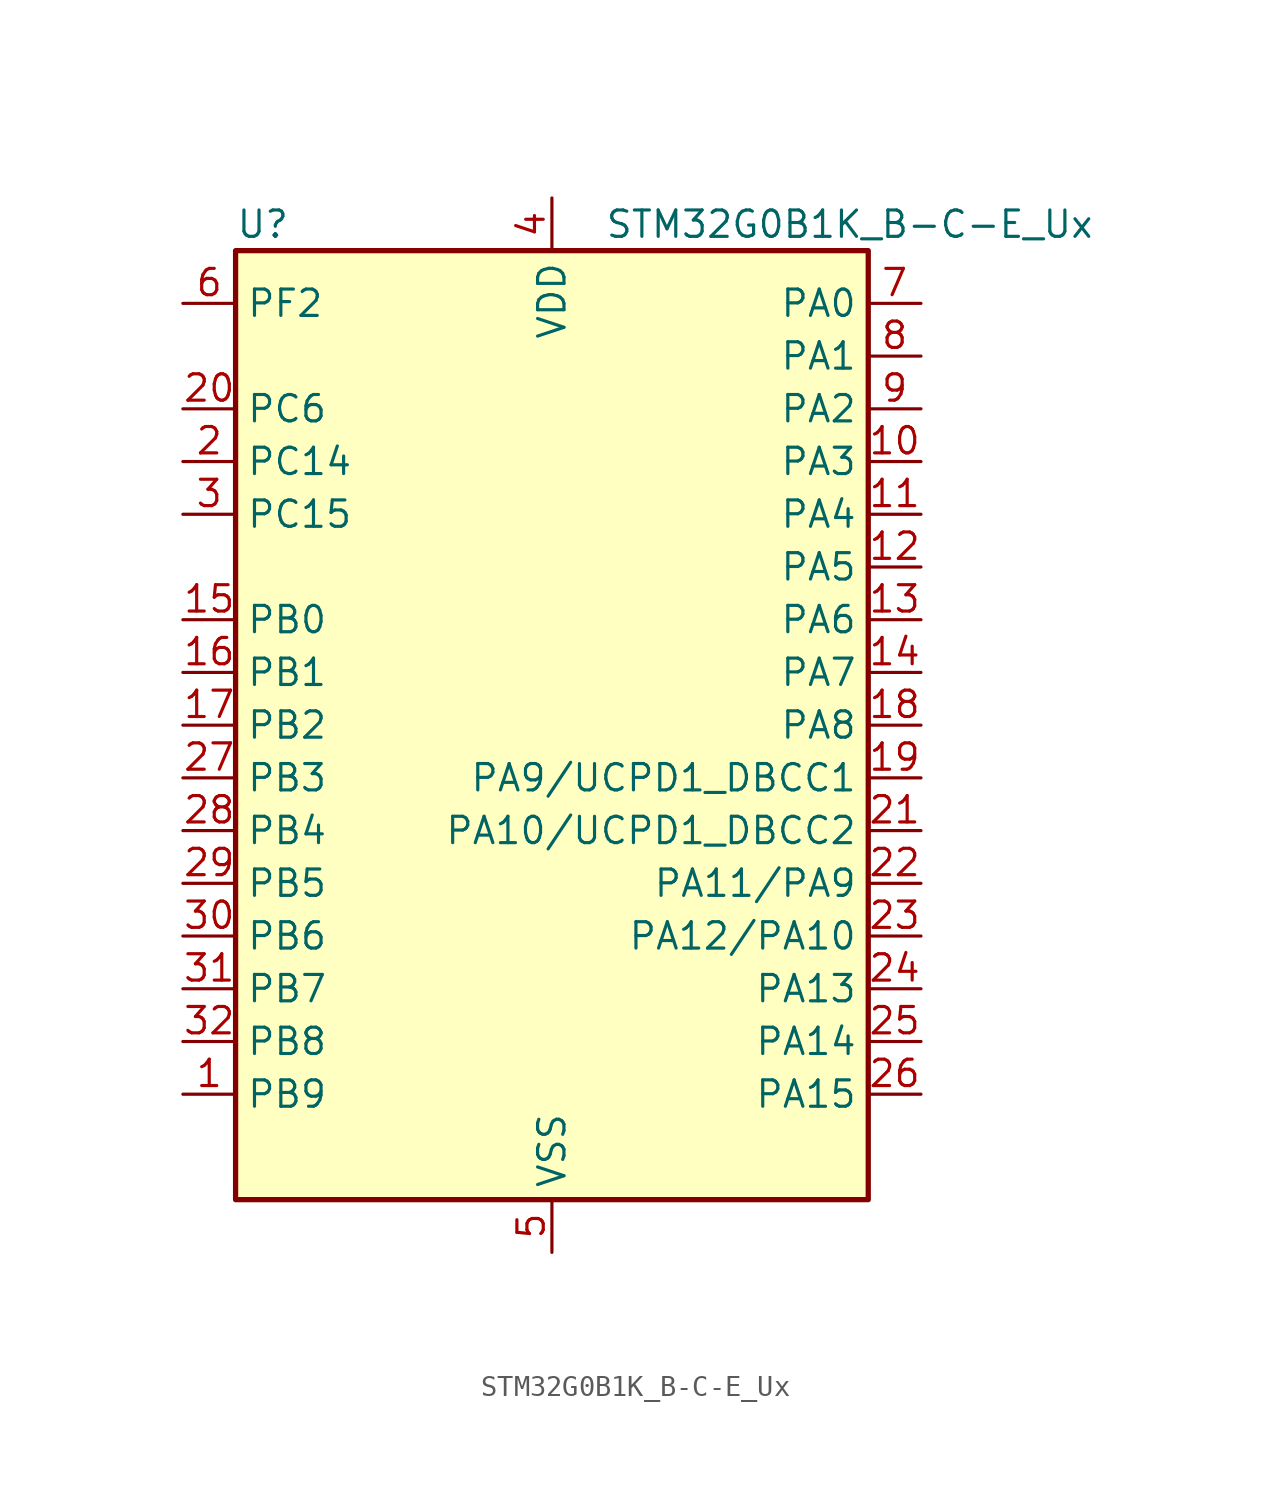
<source format=kicad_sym>
(kicad_symbol_lib
  (version 20231120)
  (generator "kicad_symbol_editor")
  (generator_version "8.0")
  (symbol "STM32G0B1K_B-C-E_Ux"
    (property "Reference" "U"
      (at -15.24 24.13 0)
      (effects (font (size 1.27 1.27)) (justify left)))
    (property "Value" "STM32G0B1K_B-C-E_Ux"
      (at 2.54 24.13 0)
      (effects (font (size 1.27 1.27)) (justify left)))
    (property "ki_locked" ""
      (at 0 0 0)
      (effects (font (size 1.27 1.27))))
    (symbol "STM32G0B1K_B-C-E_Ux_0_1"
      (rectangle (start -15.24 -22.86) (end 15.24 22.86) (stroke (width 0.254) (type default)) (fill (type background))))
    (symbol "STM32G0B1K_B-C-E_Ux_1_1"
      (pin bidirectional line (at -17.78 -17.78 0) (length 2.54) (name "PB9" (effects (font (size 1.27 1.27)))) (number "1" (effects (font (size 1.27 1.27)))) (alternate "DAC1_EXTI9" bidirectional line) (alternate "FDCAN1_TX" bidirectional line) (alternate "I2C1_SDA" bidirectional line) (alternate "I2S2_WS" bidirectional line) (alternate "IR_OUT" bidirectional line) (alternate "SPI2_NSS" bidirectional line) (alternate "TIM17_CH1" bidirectional line) (alternate "TIM4_CH4" bidirectional line) (alternate "USART3_RX" bidirectional line) (alternate "USART6_RX" bidirectional line))
      (pin bidirectional line (at 17.78 12.7 180) (length 2.54) (name "PA3" (effects (font (size 1.27 1.27)))) (number "10" (effects (font (size 1.27 1.27)))) (alternate "ADC1_IN3" bidirectional line) (alternate "COMP2_INP" bidirectional line) (alternate "I2S2_MCK" bidirectional line) (alternate "LPUART1_RX" bidirectional line) (alternate "SPI2_MISO" bidirectional line) (alternate "TIM15_CH2" bidirectional line) (alternate "TIM2_CH4" bidirectional line) (alternate "USART2_RX" bidirectional line))
      (pin bidirectional line (at 17.78 10.16 180) (length 2.54) (name "PA4" (effects (font (size 1.27 1.27)))) (number "11" (effects (font (size 1.27 1.27)))) (alternate "ADC1_IN4" bidirectional line) (alternate "DAC1_OUT1" bidirectional line) (alternate "I2S1_WS" bidirectional line) (alternate "I2S2_SD" bidirectional line) (alternate "LPTIM2_OUT" bidirectional line) (alternate "RTC_OUT1" bidirectional line) (alternate "RTC_TAMP_IN1" bidirectional line) (alternate "RTC_TS" bidirectional line) (alternate "SPI1_NSS" bidirectional line) (alternate "SPI2_MOSI" bidirectional line) (alternate "SPI3_NSS" bidirectional line) (alternate "SYS_WKUP2" bidirectional line) (alternate "TIM14_CH1" bidirectional line) (alternate "USART6_TX" bidirectional line) (alternate "USB_NOE" bidirectional line))
      (pin bidirectional line (at 17.78 7.62 180) (length 2.54) (name "PA5" (effects (font (size 1.27 1.27)))) (number "12" (effects (font (size 1.27 1.27)))) (alternate "ADC1_IN5" bidirectional line) (alternate "CEC" bidirectional line) (alternate "DAC1_OUT2" bidirectional line) (alternate "I2S1_CK" bidirectional line) (alternate "LPTIM2_ETR" bidirectional line) (alternate "SPI1_SCK" bidirectional line) (alternate "TIM2_CH1" bidirectional line) (alternate "TIM2_ETR" bidirectional line) (alternate "UCPD1_FRSTX1" bidirectional line) (alternate "UCPD1_FRSTX2" bidirectional line) (alternate "USART3_TX" bidirectional line) (alternate "USART6_RX" bidirectional line))
      (pin bidirectional line (at 17.78 5.08 180) (length 2.54) (name "PA6" (effects (font (size 1.27 1.27)))) (number "13" (effects (font (size 1.27 1.27)))) (alternate "ADC1_IN6" bidirectional line) (alternate "COMP1_OUT" bidirectional line) (alternate "I2C2_SDA" bidirectional line) (alternate "I2C3_SDA" bidirectional line) (alternate "I2S1_MCK" bidirectional line) (alternate "LPUART1_CTS" bidirectional line) (alternate "SPI1_MISO" bidirectional line) (alternate "TIM16_CH1" bidirectional line) (alternate "TIM1_BK" bidirectional line) (alternate "TIM3_CH1" bidirectional line) (alternate "USART3_CTS" bidirectional line) (alternate "USART3_NSS" bidirectional line) (alternate "USART6_CTS" bidirectional line) (alternate "USART6_NSS" bidirectional line))
      (pin bidirectional line (at 17.78 2.54 180) (length 2.54) (name "PA7" (effects (font (size 1.27 1.27)))) (number "14" (effects (font (size 1.27 1.27)))) (alternate "ADC1_IN7" bidirectional line) (alternate "COMP2_OUT" bidirectional line) (alternate "I2C2_SCL" bidirectional line) (alternate "I2C3_SCL" bidirectional line) (alternate "I2S1_SD" bidirectional line) (alternate "SPI1_MOSI" bidirectional line) (alternate "TIM14_CH1" bidirectional line) (alternate "TIM17_CH1" bidirectional line) (alternate "TIM1_CH1N" bidirectional line) (alternate "TIM3_CH2" bidirectional line) (alternate "UCPD1_FRSTX1" bidirectional line) (alternate "UCPD1_FRSTX2" bidirectional line) (alternate "USART6_CK" bidirectional line) (alternate "USART6_DE" bidirectional line) (alternate "USART6_RTS" bidirectional line))
      (pin bidirectional line (at -17.78 5.08 0) (length 2.54) (name "PB0" (effects (font (size 1.27 1.27)))) (number "15" (effects (font (size 1.27 1.27)))) (alternate "ADC1_IN8" bidirectional line) (alternate "COMP1_OUT" bidirectional line) (alternate "COMP3_INP" bidirectional line) (alternate "FDCAN2_RX" bidirectional line) (alternate "I2S1_WS" bidirectional line) (alternate "LPTIM1_OUT" bidirectional line) (alternate "LPUART2_CTS" bidirectional line) (alternate "SPI1_NSS" bidirectional line) (alternate "TIM1_CH2N" bidirectional line) (alternate "TIM3_CH3" bidirectional line) (alternate "UCPD1_FRSTX1" bidirectional line) (alternate "UCPD1_FRSTX2" bidirectional line) (alternate "USART3_RX" bidirectional line) (alternate "USART5_TX" bidirectional line))
      (pin bidirectional line (at -17.78 2.54 0) (length 2.54) (name "PB1" (effects (font (size 1.27 1.27)))) (number "16" (effects (font (size 1.27 1.27)))) (alternate "ADC1_IN9" bidirectional line) (alternate "COMP1_INM" bidirectional line) (alternate "COMP3_OUT" bidirectional line) (alternate "FDCAN2_TX" bidirectional line) (alternate "LPTIM2_IN1" bidirectional line) (alternate "LPUART1_DE" bidirectional line) (alternate "LPUART1_RTS" bidirectional line) (alternate "LPUART2_DE" bidirectional line) (alternate "LPUART2_RTS" bidirectional line) (alternate "TIM14_CH1" bidirectional line) (alternate "TIM1_CH3N" bidirectional line) (alternate "TIM3_CH4" bidirectional line) (alternate "USART3_CK" bidirectional line) (alternate "USART3_DE" bidirectional line) (alternate "USART3_RTS" bidirectional line) (alternate "USART5_RX" bidirectional line))
      (pin bidirectional line (at -17.78 0 0) (length 2.54) (name "PB2" (effects (font (size 1.27 1.27)))) (number "17" (effects (font (size 1.27 1.27)))) (alternate "ADC1_IN10" bidirectional line) (alternate "COMP1_INP" bidirectional line) (alternate "COMP3_INM" bidirectional line) (alternate "I2S2_MCK" bidirectional line) (alternate "LPTIM1_OUT" bidirectional line) (alternate "RCC_MCO_2" bidirectional line) (alternate "SPI2_MISO" bidirectional line) (alternate "USART3_TX" bidirectional line))
      (pin bidirectional line (at 17.78 0 180) (length 2.54) (name "PA8" (effects (font (size 1.27 1.27)))) (number "18" (effects (font (size 1.27 1.27)))) (alternate "CRS1_SYNC" bidirectional line) (alternate "I2C2_SMBA" bidirectional line) (alternate "I2S2_WS" bidirectional line) (alternate "LPTIM2_OUT" bidirectional line) (alternate "RCC_MCO" bidirectional line) (alternate "SPI2_NSS" bidirectional line) (alternate "TIM1_CH1" bidirectional line) (alternate "UCPD1_CC1" bidirectional line))
      (pin bidirectional line (at 17.78 -2.54 180) (length 2.54) (name "PA9/UCPD1_DBCC1" (effects (font (size 1.27 1.27)))) (number "19" (effects (font (size 1.27 1.27)))) (alternate "DAC1_EXTI9" bidirectional line) (alternate "I2C1_SCL" bidirectional line) (alternate "I2C2_SCL" bidirectional line) (alternate "I2S2_MCK" bidirectional line) (alternate "RCC_MCO" bidirectional line) (alternate "SPI2_MISO" bidirectional line) (alternate "TIM15_BK" bidirectional line) (alternate "TIM1_CH2" bidirectional line) (alternate "UCPD1_DBCC1" bidirectional line) (alternate "USART1_TX" bidirectional line))
      (pin bidirectional line (at -17.78 12.7 0) (length 2.54) (name "PC14" (effects (font (size 1.27 1.27)))) (number "2" (effects (font (size 1.27 1.27)))) (alternate "RCC_OSC32_IN" bidirectional line) (alternate "RCC_OSC_IN" bidirectional line) (alternate "TIM1_BK2" bidirectional line))
      (pin bidirectional line (at -17.78 15.24 0) (length 2.54) (name "PC6" (effects (font (size 1.27 1.27)))) (number "20" (effects (font (size 1.27 1.27)))) (alternate "LPUART2_TX" bidirectional line) (alternate "TIM2_CH3" bidirectional line) (alternate "TIM3_CH1" bidirectional line) (alternate "UCPD1_FRSTX1" bidirectional line) (alternate "UCPD1_FRSTX2" bidirectional line))
      (pin bidirectional line (at 17.78 -5.08 180) (length 2.54) (name "PA10/UCPD1_DBCC2" (effects (font (size 1.27 1.27)))) (number "21" (effects (font (size 1.27 1.27)))) (alternate "I2C1_SDA" bidirectional line) (alternate "I2C2_SDA" bidirectional line) (alternate "I2S2_SD" bidirectional line) (alternate "RCC_MCO_2" bidirectional line) (alternate "SPI2_MOSI" bidirectional line) (alternate "TIM17_BK" bidirectional line) (alternate "TIM1_CH3" bidirectional line) (alternate "UCPD1_DBCC2" bidirectional line) (alternate "USART1_RX" bidirectional line))
      (pin bidirectional line (at 17.78 -7.62 180) (length 2.54) (name "PA11/PA9" (effects (font (size 1.27 1.27)))) (number "22" (effects (font (size 1.27 1.27)))) (alternate "ADC1_EXTI11" bidirectional line) (alternate "COMP1_OUT" bidirectional line) (alternate "FDCAN1_RX" bidirectional line) (alternate "I2C2_SCL" bidirectional line) (alternate "I2S1_MCK" bidirectional line) (alternate "SPI1_MISO" bidirectional line) (alternate "TIM1_BK2" bidirectional line) (alternate "TIM1_CH4" bidirectional line) (alternate "USART1_CTS" bidirectional line) (alternate "USART1_NSS" bidirectional line) (alternate "USB_DM" bidirectional line))
      (pin bidirectional line (at 17.78 -10.16 180) (length 2.54) (name "PA12/PA10" (effects (font (size 1.27 1.27)))) (number "23" (effects (font (size 1.27 1.27)))) (alternate "COMP2_OUT" bidirectional line) (alternate "FDCAN1_TX" bidirectional line) (alternate "I2C2_SDA" bidirectional line) (alternate "I2S1_SD" bidirectional line) (alternate "I2S_CKIN" bidirectional line) (alternate "SPI1_MOSI" bidirectional line) (alternate "TIM1_ETR" bidirectional line) (alternate "USART1_CK" bidirectional line) (alternate "USART1_DE" bidirectional line) (alternate "USART1_RTS" bidirectional line) (alternate "USB_DP" bidirectional line))
      (pin bidirectional line (at 17.78 -12.7 180) (length 2.54) (name "PA13" (effects (font (size 1.27 1.27)))) (number "24" (effects (font (size 1.27 1.27)))) (alternate "IR_OUT" bidirectional line) (alternate "LPUART2_RX" bidirectional line) (alternate "SYS_SWDIO" bidirectional line) (alternate "USB_NOE" bidirectional line))
      (pin bidirectional line (at 17.78 -15.24 180) (length 2.54) (name "PA14" (effects (font (size 1.27 1.27)))) (number "25" (effects (font (size 1.27 1.27)))) (alternate "LPUART2_TX" bidirectional line) (alternate "SYS_SWCLK" bidirectional line) (alternate "USART2_TX" bidirectional line))
      (pin bidirectional line (at 17.78 -17.78 180) (length 2.54) (name "PA15" (effects (font (size 1.27 1.27)))) (number "26" (effects (font (size 1.27 1.27)))) (alternate "I2C2_SMBA" bidirectional line) (alternate "I2S1_WS" bidirectional line) (alternate "RCC_MCO_2" bidirectional line) (alternate "SPI1_NSS" bidirectional line) (alternate "SPI3_NSS" bidirectional line) (alternate "TIM2_CH1" bidirectional line) (alternate "TIM2_ETR" bidirectional line) (alternate "USART2_RX" bidirectional line) (alternate "USART3_CK" bidirectional line) (alternate "USART3_DE" bidirectional line) (alternate "USART3_RTS" bidirectional line) (alternate "USART4_CK" bidirectional line) (alternate "USART4_DE" bidirectional line) (alternate "USART4_RTS" bidirectional line) (alternate "USB_NOE" bidirectional line))
      (pin bidirectional line (at -17.78 -2.54 0) (length 2.54) (name "PB3" (effects (font (size 1.27 1.27)))) (number "27" (effects (font (size 1.27 1.27)))) (alternate "COMP2_INM" bidirectional line) (alternate "I2C2_SCL" bidirectional line) (alternate "I2C3_SCL" bidirectional line) (alternate "I2S1_CK" bidirectional line) (alternate "SPI1_SCK" bidirectional line) (alternate "SPI3_SCK" bidirectional line) (alternate "TIM1_CH2" bidirectional line) (alternate "TIM2_CH2" bidirectional line) (alternate "USART1_CK" bidirectional line) (alternate "USART1_DE" bidirectional line) (alternate "USART1_RTS" bidirectional line) (alternate "USART5_TX" bidirectional line))
      (pin bidirectional line (at -17.78 -5.08 0) (length 2.54) (name "PB4" (effects (font (size 1.27 1.27)))) (number "28" (effects (font (size 1.27 1.27)))) (alternate "COMP2_INP" bidirectional line) (alternate "I2C2_SDA" bidirectional line) (alternate "I2C3_SDA" bidirectional line) (alternate "I2S1_MCK" bidirectional line) (alternate "SPI1_MISO" bidirectional line) (alternate "SPI3_MISO" bidirectional line) (alternate "TIM17_BK" bidirectional line) (alternate "TIM3_CH1" bidirectional line) (alternate "USART1_CTS" bidirectional line) (alternate "USART1_NSS" bidirectional line) (alternate "USART5_RX" bidirectional line))
      (pin bidirectional line (at -17.78 -7.62 0) (length 2.54) (name "PB5" (effects (font (size 1.27 1.27)))) (number "29" (effects (font (size 1.27 1.27)))) (alternate "COMP2_OUT" bidirectional line) (alternate "FDCAN2_RX" bidirectional line) (alternate "I2C1_SMBA" bidirectional line) (alternate "I2S1_SD" bidirectional line) (alternate "LPTIM1_IN1" bidirectional line) (alternate "SPI1_MOSI" bidirectional line) (alternate "SPI3_MOSI" bidirectional line) (alternate "SYS_WKUP6" bidirectional line) (alternate "TIM16_BK" bidirectional line) (alternate "TIM3_CH2" bidirectional line) (alternate "USART5_CK" bidirectional line) (alternate "USART5_DE" bidirectional line) (alternate "USART5_RTS" bidirectional line))
      (pin bidirectional line (at -17.78 10.16 0) (length 2.54) (name "PC15" (effects (font (size 1.27 1.27)))) (number "3" (effects (font (size 1.27 1.27)))) (alternate "RCC_OSC32_EN" bidirectional line) (alternate "RCC_OSC32_OUT" bidirectional line) (alternate "RCC_OSC_EN" bidirectional line) (alternate "TIM15_BK" bidirectional line))
      (pin bidirectional line (at -17.78 -10.16 0) (length 2.54) (name "PB6" (effects (font (size 1.27 1.27)))) (number "30" (effects (font (size 1.27 1.27)))) (alternate "COMP2_INP" bidirectional line) (alternate "FDCAN2_TX" bidirectional line) (alternate "I2C1_SCL" bidirectional line) (alternate "I2S2_MCK" bidirectional line) (alternate "LPTIM1_ETR" bidirectional line) (alternate "LPUART2_TX" bidirectional line) (alternate "SPI2_MISO" bidirectional line) (alternate "TIM16_CH1N" bidirectional line) (alternate "TIM1_CH3" bidirectional line) (alternate "TIM4_CH1" bidirectional line) (alternate "USART1_TX" bidirectional line) (alternate "USART5_CTS" bidirectional line) (alternate "USART5_NSS" bidirectional line))
      (pin bidirectional line (at -17.78 -12.7 0) (length 2.54) (name "PB7" (effects (font (size 1.27 1.27)))) (number "31" (effects (font (size 1.27 1.27)))) (alternate "COMP2_INM" bidirectional line) (alternate "I2C1_SDA" bidirectional line) (alternate "I2S2_SD" bidirectional line) (alternate "LPTIM1_IN2" bidirectional line) (alternate "LPUART2_RX" bidirectional line) (alternate "SPI2_MOSI" bidirectional line) (alternate "SYS_PVD_IN" bidirectional line) (alternate "TIM17_CH1N" bidirectional line) (alternate "TIM4_CH2" bidirectional line) (alternate "USART1_RX" bidirectional line) (alternate "USART4_CTS" bidirectional line) (alternate "USART4_NSS" bidirectional line))
      (pin bidirectional line (at -17.78 -15.24 0) (length 2.54) (name "PB8" (effects (font (size 1.27 1.27)))) (number "32" (effects (font (size 1.27 1.27)))) (alternate "CEC" bidirectional line) (alternate "FDCAN1_RX" bidirectional line) (alternate "I2C1_SCL" bidirectional line) (alternate "I2S2_CK" bidirectional line) (alternate "SPI2_SCK" bidirectional line) (alternate "TIM15_BK" bidirectional line) (alternate "TIM16_CH1" bidirectional line) (alternate "TIM4_CH3" bidirectional line) (alternate "USART3_TX" bidirectional line) (alternate "USART6_TX" bidirectional line))
      (pin passive line (at 0 -25.4 90) (length 2.54) hide (name "VSS" (effects (font (size 1.27 1.27)))) (number "33" (effects (font (size 1.27 1.27)))))
      (pin power_in line (at 0 25.4 270) (length 2.54) (name "VDD" (effects (font (size 1.27 1.27)))) (number "4" (effects (font (size 1.27 1.27)))))
      (pin power_in line (at 0 -25.4 90) (length 2.54) (name "VSS" (effects (font (size 1.27 1.27)))) (number "5" (effects (font (size 1.27 1.27)))))
      (pin bidirectional line (at -17.78 20.32 0) (length 2.54) (name "PF2" (effects (font (size 1.27 1.27)))) (number "6" (effects (font (size 1.27 1.27)))) (alternate "LPUART2_DE" bidirectional line) (alternate "LPUART2_RTS" bidirectional line) (alternate "LPUART2_TX" bidirectional line) (alternate "RCC_MCO" bidirectional line))
      (pin bidirectional line (at 17.78 20.32 180) (length 2.54) (name "PA0" (effects (font (size 1.27 1.27)))) (number "7" (effects (font (size 1.27 1.27)))) (alternate "ADC1_IN0" bidirectional line) (alternate "COMP1_INM" bidirectional line) (alternate "COMP1_OUT" bidirectional line) (alternate "I2S2_CK" bidirectional line) (alternate "LPTIM1_OUT" bidirectional line) (alternate "RTC_TAMP_IN2" bidirectional line) (alternate "SPI2_SCK" bidirectional line) (alternate "SYS_WKUP1" bidirectional line) (alternate "TIM2_CH1" bidirectional line) (alternate "TIM2_ETR" bidirectional line) (alternate "USART2_CTS" bidirectional line) (alternate "USART2_NSS" bidirectional line) (alternate "USART4_TX" bidirectional line))
      (pin bidirectional line (at 17.78 17.78 180) (length 2.54) (name "PA1" (effects (font (size 1.27 1.27)))) (number "8" (effects (font (size 1.27 1.27)))) (alternate "ADC1_IN1" bidirectional line) (alternate "COMP1_INP" bidirectional line) (alternate "I2C1_SMBA" bidirectional line) (alternate "I2S1_CK" bidirectional line) (alternate "SPI1_SCK" bidirectional line) (alternate "TIM15_CH1N" bidirectional line) (alternate "TIM2_CH2" bidirectional line) (alternate "USART2_CK" bidirectional line) (alternate "USART2_DE" bidirectional line) (alternate "USART2_RTS" bidirectional line) (alternate "USART4_RX" bidirectional line))
      (pin bidirectional line (at 17.78 15.24 180) (length 2.54) (name "PA2" (effects (font (size 1.27 1.27)))) (number "9" (effects (font (size 1.27 1.27)))) (alternate "ADC1_IN2" bidirectional line) (alternate "COMP2_INM" bidirectional line) (alternate "COMP2_OUT" bidirectional line) (alternate "I2S1_SD" bidirectional line) (alternate "LPUART1_TX" bidirectional line) (alternate "RCC_LSCO" bidirectional line) (alternate "SPI1_MOSI" bidirectional line) (alternate "SYS_WKUP4" bidirectional line) (alternate "TIM15_CH1" bidirectional line) (alternate "TIM2_CH3" bidirectional line) (alternate "UCPD1_FRSTX1" bidirectional line) (alternate "UCPD1_FRSTX2" bidirectional line) (alternate "USART2_TX" bidirectional line)))))
</source>
